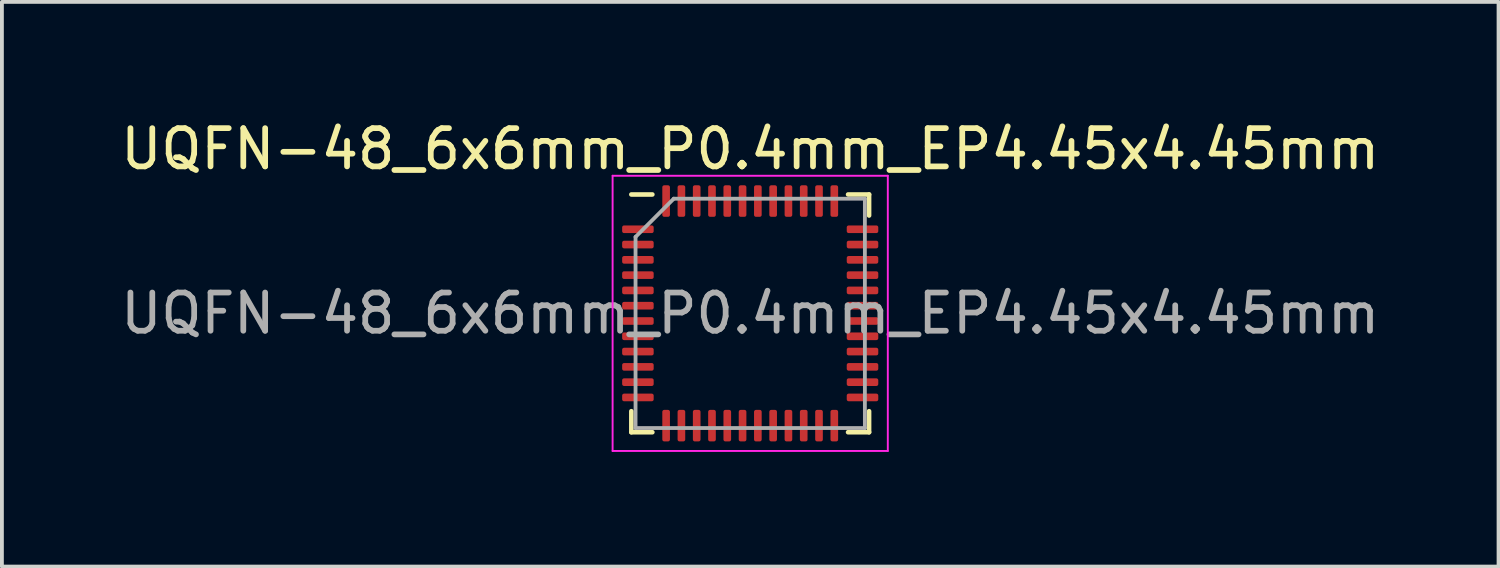
<source format=kicad_pcb>
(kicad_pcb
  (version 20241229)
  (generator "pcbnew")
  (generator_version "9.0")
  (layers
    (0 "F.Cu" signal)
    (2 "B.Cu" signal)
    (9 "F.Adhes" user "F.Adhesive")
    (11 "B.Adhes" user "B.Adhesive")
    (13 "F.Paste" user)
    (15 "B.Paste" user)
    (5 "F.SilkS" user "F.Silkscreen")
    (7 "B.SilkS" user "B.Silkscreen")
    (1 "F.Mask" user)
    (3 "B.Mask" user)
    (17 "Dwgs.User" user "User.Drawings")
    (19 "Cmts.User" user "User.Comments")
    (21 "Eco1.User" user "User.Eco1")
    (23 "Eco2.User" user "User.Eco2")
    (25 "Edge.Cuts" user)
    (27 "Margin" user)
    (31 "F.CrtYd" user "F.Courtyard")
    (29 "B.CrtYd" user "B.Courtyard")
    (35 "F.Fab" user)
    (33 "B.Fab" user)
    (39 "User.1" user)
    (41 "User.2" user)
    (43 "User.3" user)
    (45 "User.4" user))
  (footprint "UQFN-48_6x6mm_P0.4mm_EP4.45x4.45mm"
    (layer "F.Cu")
    (at 16.577 5.148)
    (property "Reference" "UQFN-48_6x6mm_P0.4mm_EP4.45x4.45mm" (at 0 -4.3 0) (layer "F.SilkS") (effects (font (size 1 1) (thickness 0.15))))
    (attr smd)
    (fp_line (start -3.11 3.11) (end -3.11 2.56) (stroke (width 0.12) (type solid)) (layer "F.SilkS"))
    (fp_line (start -2.56 -3.11) (end -3.11 -3.11) (stroke (width 0.12) (type solid)) (layer "F.SilkS"))
    (fp_line (start -2.56 3.11) (end -3.11 3.11) (stroke (width 0.12) (type solid)) (layer "F.SilkS"))
    (fp_line (start 2.56 -3.11) (end 3.11 -3.11) (stroke (width 0.12) (type solid)) (layer "F.SilkS"))
    (fp_line (start 2.56 3.11) (end 3.11 3.11) (stroke (width 0.12) (type solid)) (layer "F.SilkS"))
    (fp_line (start 3.11 -3.11) (end 3.11 -2.56) (stroke (width 0.12) (type solid)) (layer "F.SilkS"))
    (fp_line (start 3.11 3.11) (end 3.11 2.56) (stroke (width 0.12) (type solid)) (layer "F.SilkS"))
    (fp_line (start -3.6 -3.6) (end -3.6 3.6) (stroke (width 0.05) (type solid)) (layer "F.CrtYd"))
    (fp_line (start -3.6 3.6) (end 3.6 3.6) (stroke (width 0.05) (type solid)) (layer "F.CrtYd"))
    (fp_line (start 3.6 -3.6) (end -3.6 -3.6) (stroke (width 0.05) (type solid)) (layer "F.CrtYd"))
    (fp_line (start 3.6 3.6) (end 3.6 -3.6) (stroke (width 0.05) (type solid)) (layer "F.CrtYd"))
    (fp_line (start -3 -2) (end -2 -3) (stroke (width 0.1) (type solid)) (layer "F.Fab"))
    (fp_line (start -3 3) (end -3 -2) (stroke (width 0.1) (type solid)) (layer "F.Fab"))
    (fp_line (start -2 -3) (end 3 -3) (stroke (width 0.1) (type solid)) (layer "F.Fab"))
    (fp_line (start 3 -3) (end 3 3) (stroke (width 0.1) (type solid)) (layer "F.Fab"))
    (fp_line (start 3 3) (end -3 3) (stroke (width 0.1) (type solid)) (layer "F.Fab"))
    (fp_text user "${REFERENCE}" (at 0 0 0) (layer "F.Fab") (effects (font (size 1 1) (thickness 0.15))))
    (pad "1" smd roundrect (at -2.938 -2.2) (size 0.825 0.2) (layers "F.Cu" "F.Mask" "F.Paste") (roundrect_rratio 0.25))
    (pad "2" smd roundrect (at -2.938 -1.8) (size 0.825 0.2) (layers "F.Cu" "F.Mask" "F.Paste") (roundrect_rratio 0.25))
    (pad "3" smd roundrect (at -2.938 -1.4) (size 0.825 0.2) (layers "F.Cu" "F.Mask" "F.Paste") (roundrect_rratio 0.25))
    (pad "4" smd roundrect (at -2.938 -1) (size 0.825 0.2) (layers "F.Cu" "F.Mask" "F.Paste") (roundrect_rratio 0.25))
    (pad "5" smd roundrect (at -2.938 -0.6) (size 0.825 0.2) (layers "F.Cu" "F.Mask" "F.Paste") (roundrect_rratio 0.25))
    (pad "6" smd roundrect (at -2.938 -0.2) (size 0.825 0.2) (layers "F.Cu" "F.Mask" "F.Paste") (roundrect_rratio 0.25))
    (pad "7" smd roundrect (at -2.938 0.2) (size 0.825 0.2) (layers "F.Cu" "F.Mask" "F.Paste") (roundrect_rratio 0.25))
    (pad "8" smd roundrect (at -2.938 0.6) (size 0.825 0.2) (layers "F.Cu" "F.Mask" "F.Paste") (roundrect_rratio 0.25))
    (pad "9" smd roundrect (at -2.938 1) (size 0.825 0.2) (layers "F.Cu" "F.Mask" "F.Paste") (roundrect_rratio 0.25))
    (pad "10" smd roundrect (at -2.938 1.4) (size 0.825 0.2) (layers "F.Cu" "F.Mask" "F.Paste") (roundrect_rratio 0.25))
    (pad "11" smd roundrect (at -2.938 1.8) (size 0.825 0.2) (layers "F.Cu" "F.Mask" "F.Paste") (roundrect_rratio 0.25))
    (pad "12" smd roundrect (at -2.938 2.2) (size 0.825 0.2) (layers "F.Cu" "F.Mask" "F.Paste") (roundrect_rratio 0.25))
    (pad "13" smd roundrect (at -2.2 2.938) (size 0.2 0.825) (layers "F.Cu" "F.Mask" "F.Paste") (roundrect_rratio 0.25))
    (pad "14" smd roundrect (at -1.8 2.938) (size 0.2 0.825) (layers "F.Cu" "F.Mask" "F.Paste") (roundrect_rratio 0.25))
    (pad "15" smd roundrect (at -1.4 2.938) (size 0.2 0.825) (layers "F.Cu" "F.Mask" "F.Paste") (roundrect_rratio 0.25))
    (pad "16" smd roundrect (at -1 2.938) (size 0.2 0.825) (layers "F.Cu" "F.Mask" "F.Paste") (roundrect_rratio 0.25))
    (pad "17" smd roundrect (at -0.6 2.938) (size 0.2 0.825) (layers "F.Cu" "F.Mask" "F.Paste") (roundrect_rratio 0.25))
    (pad "18" smd roundrect (at -0.2 2.938) (size 0.2 0.825) (layers "F.Cu" "F.Mask" "F.Paste") (roundrect_rratio 0.25))
    (pad "19" smd roundrect (at 0.2 2.938) (size 0.2 0.825) (layers "F.Cu" "F.Mask" "F.Paste") (roundrect_rratio 0.25))
    (pad "20" smd roundrect (at 0.6 2.938) (size 0.2 0.825) (layers "F.Cu" "F.Mask" "F.Paste") (roundrect_rratio 0.25))
    (pad "21" smd roundrect (at 1 2.938) (size 0.2 0.825) (layers "F.Cu" "F.Mask" "F.Paste") (roundrect_rratio 0.25))
    (pad "22" smd roundrect (at 1.4 2.938) (size 0.2 0.825) (layers "F.Cu" "F.Mask" "F.Paste") (roundrect_rratio 0.25))
    (pad "23" smd roundrect (at 1.8 2.938) (size 0.2 0.825) (layers "F.Cu" "F.Mask" "F.Paste") (roundrect_rratio 0.25))
    (pad "24" smd roundrect (at 2.2 2.938) (size 0.2 0.825) (layers "F.Cu" "F.Mask" "F.Paste") (roundrect_rratio 0.25))
    (pad "25" smd roundrect (at 2.938 2.2) (size 0.825 0.2) (layers "F.Cu" "F.Mask" "F.Paste") (roundrect_rratio 0.25))
    (pad "26" smd roundrect (at 2.938 1.8) (size 0.825 0.2) (layers "F.Cu" "F.Mask" "F.Paste") (roundrect_rratio 0.25))
    (pad "27" smd roundrect (at 2.938 1.4) (size 0.825 0.2) (layers "F.Cu" "F.Mask" "F.Paste") (roundrect_rratio 0.25))
    (pad "28" smd roundrect (at 2.938 1) (size 0.825 0.2) (layers "F.Cu" "F.Mask" "F.Paste") (roundrect_rratio 0.25))
    (pad "29" smd roundrect (at 2.938 0.6) (size 0.825 0.2) (layers "F.Cu" "F.Mask" "F.Paste") (roundrect_rratio 0.25))
    (pad "30" smd roundrect (at 2.938 0.2) (size 0.825 0.2) (layers "F.Cu" "F.Mask" "F.Paste") (roundrect_rratio 0.25))
    (pad "31" smd roundrect (at 2.938 -0.2) (size 0.825 0.2) (layers "F.Cu" "F.Mask" "F.Paste") (roundrect_rratio 0.25))
    (pad "32" smd roundrect (at 2.938 -0.6) (size 0.825 0.2) (layers "F.Cu" "F.Mask" "F.Paste") (roundrect_rratio 0.25))
    (pad "33" smd roundrect (at 2.938 -1) (size 0.825 0.2) (layers "F.Cu" "F.Mask" "F.Paste") (roundrect_rratio 0.25))
    (pad "34" smd roundrect (at 2.938 -1.4) (size 0.825 0.2) (layers "F.Cu" "F.Mask" "F.Paste") (roundrect_rratio 0.25))
    (pad "35" smd roundrect (at 2.938 -1.8) (size 0.825 0.2) (layers "F.Cu" "F.Mask" "F.Paste") (roundrect_rratio 0.25))
    (pad "36" smd roundrect (at 2.938 -2.2) (size 0.825 0.2) (layers "F.Cu" "F.Mask" "F.Paste") (roundrect_rratio 0.25))
    (pad "37" smd roundrect (at 2.2 -2.938) (size 0.2 0.825) (layers "F.Cu" "F.Mask" "F.Paste") (roundrect_rratio 0.25))
    (pad "38" smd roundrect (at 1.8 -2.938) (size 0.2 0.825) (layers "F.Cu" "F.Mask" "F.Paste") (roundrect_rratio 0.25))
    (pad "39" smd roundrect (at 1.4 -2.938) (size 0.2 0.825) (layers "F.Cu" "F.Mask" "F.Paste") (roundrect_rratio 0.25))
    (pad "40" smd roundrect (at 1 -2.938) (size 0.2 0.825) (layers "F.Cu" "F.Mask" "F.Paste") (roundrect_rratio 0.25))
    (pad "41" smd roundrect (at 0.6 -2.938) (size 0.2 0.825) (layers "F.Cu" "F.Mask" "F.Paste") (roundrect_rratio 0.25))
    (pad "42" smd roundrect (at 0.2 -2.938) (size 0.2 0.825) (layers "F.Cu" "F.Mask" "F.Paste") (roundrect_rratio 0.25))
    (pad "43" smd roundrect (at -0.2 -2.938) (size 0.2 0.825) (layers "F.Cu" "F.Mask" "F.Paste") (roundrect_rratio 0.25))
    (pad "44" smd roundrect (at -0.6 -2.938) (size 0.2 0.825) (layers "F.Cu" "F.Mask" "F.Paste") (roundrect_rratio 0.25))
    (pad "45" smd roundrect (at -1 -2.938) (size 0.2 0.825) (layers "F.Cu" "F.Mask" "F.Paste") (roundrect_rratio 0.25))
    (pad "46" smd roundrect (at -1.4 -2.938) (size 0.2 0.825) (layers "F.Cu" "F.Mask" "F.Paste") (roundrect_rratio 0.25))
    (pad "47" smd roundrect (at -1.8 -2.938) (size 0.2 0.825) (layers "F.Cu" "F.Mask" "F.Paste") (roundrect_rratio 0.25))
    (pad "48" smd roundrect (at -2.2 -2.938) (size 0.2 0.825) (layers "F.Cu" "F.Mask" "F.Paste") (roundrect_rratio 0.25)))
  (gr_rect
    (start -3 -3)
    (end 36.155 11.773)
    (stroke (width 0.1) (type default))
    (fill no)
    (layer "Edge.Cuts")))
</source>
